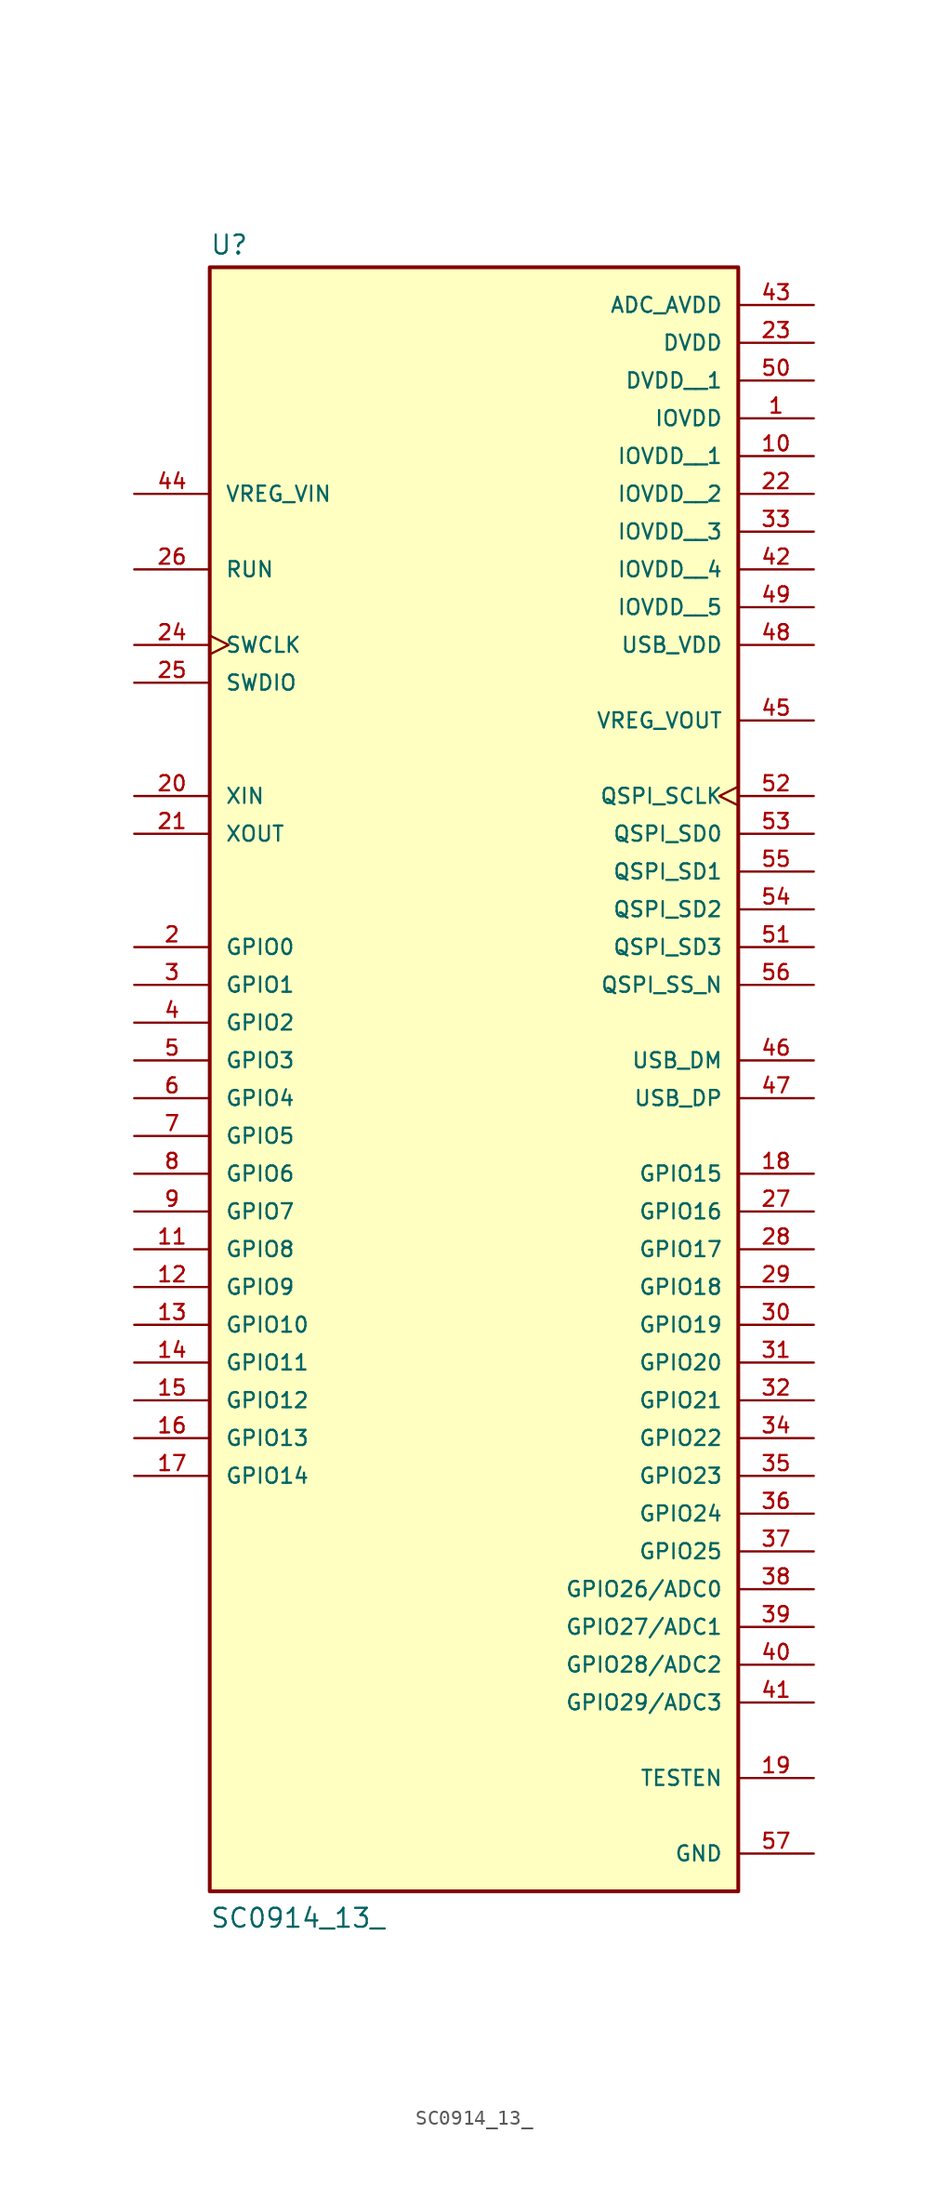
<source format=kicad_sym>
(kicad_symbol_lib
  (version 20231120)
  (generator "kicad_symbol_editor")
  (generator_version "8.0")
  (symbol "SC0914_13_"
    (pin_names
      (offset 1.016))
    (property "Reference" "U"
      (at -17.78 49.022 0)
      (effects (font (size 1.27 1.27)) (justify left bottom)))
    (property "Value" "SC0914_13_"
      (at -17.78 -63.5 0)
      (effects (font (size 1.27 1.27)) (justify left bottom)))
    (symbol "SC0914_13__0_0"
      (rectangle (start -17.78 -60.96) (end 17.78 48.26) (stroke (width 0.254) (type default)) (fill (type background)))
      (pin power_in line (at 22.86 38.1 180) (length 5.08) (name "IOVDD" (effects (font (size 1.016 1.016)))) (number "1" (effects (font (size 1.016 1.016)))))
      (pin power_in line (at 22.86 35.56 180) (length 5.08) (name "IOVDD__1" (effects (font (size 1.016 1.016)))) (number "10" (effects (font (size 1.016 1.016)))))
      (pin bidirectional line (at -22.86 -17.78 0) (length 5.08) (name "GPIO8" (effects (font (size 1.016 1.016)))) (number "11" (effects (font (size 1.016 1.016)))))
      (pin bidirectional line (at -22.86 -20.32 0) (length 5.08) (name "GPIO9" (effects (font (size 1.016 1.016)))) (number "12" (effects (font (size 1.016 1.016)))))
      (pin bidirectional line (at -22.86 -22.86 0) (length 5.08) (name "GPIO10" (effects (font (size 1.016 1.016)))) (number "13" (effects (font (size 1.016 1.016)))))
      (pin bidirectional line (at -22.86 -25.4 0) (length 5.08) (name "GPIO11" (effects (font (size 1.016 1.016)))) (number "14" (effects (font (size 1.016 1.016)))))
      (pin bidirectional line (at -22.86 -27.94 0) (length 5.08) (name "GPIO12" (effects (font (size 1.016 1.016)))) (number "15" (effects (font (size 1.016 1.016)))))
      (pin bidirectional line (at -22.86 -30.48 0) (length 5.08) (name "GPIO13" (effects (font (size 1.016 1.016)))) (number "16" (effects (font (size 1.016 1.016)))))
      (pin bidirectional line (at -22.86 -33.02 0) (length 5.08) (name "GPIO14" (effects (font (size 1.016 1.016)))) (number "17" (effects (font (size 1.016 1.016)))))
      (pin bidirectional line (at 22.86 -12.7 180) (length 5.08) (name "GPIO15" (effects (font (size 1.016 1.016)))) (number "18" (effects (font (size 1.016 1.016)))))
      (pin passive line (at 22.86 -53.34 180) (length 5.08) (name "TESTEN" (effects (font (size 1.016 1.016)))) (number "19" (effects (font (size 1.016 1.016)))))
      (pin bidirectional line (at -22.86 2.54 0) (length 5.08) (name "GPIO0" (effects (font (size 1.016 1.016)))) (number "2" (effects (font (size 1.016 1.016)))))
      (pin input line (at -22.86 12.7 0) (length 5.08) (name "XIN" (effects (font (size 1.016 1.016)))) (number "20" (effects (font (size 1.016 1.016)))))
      (pin output line (at -22.86 10.16 0) (length 5.08) (name "XOUT" (effects (font (size 1.016 1.016)))) (number "21" (effects (font (size 1.016 1.016)))))
      (pin power_in line (at 22.86 33.02 180) (length 5.08) (name "IOVDD__2" (effects (font (size 1.016 1.016)))) (number "22" (effects (font (size 1.016 1.016)))))
      (pin power_in line (at 22.86 43.18 180) (length 5.08) (name "DVDD" (effects (font (size 1.016 1.016)))) (number "23" (effects (font (size 1.016 1.016)))))
      (pin input clock (at -22.86 22.86 0) (length 5.08) (name "SWCLK" (effects (font (size 1.016 1.016)))) (number "24" (effects (font (size 1.016 1.016)))))
      (pin bidirectional line (at -22.86 20.32 0) (length 5.08) (name "SWDIO" (effects (font (size 1.016 1.016)))) (number "25" (effects (font (size 1.016 1.016)))))
      (pin input line (at -22.86 27.94 0) (length 5.08) (name "RUN" (effects (font (size 1.016 1.016)))) (number "26" (effects (font (size 1.016 1.016)))))
      (pin bidirectional line (at 22.86 -15.24 180) (length 5.08) (name "GPIO16" (effects (font (size 1.016 1.016)))) (number "27" (effects (font (size 1.016 1.016)))))
      (pin bidirectional line (at 22.86 -17.78 180) (length 5.08) (name "GPIO17" (effects (font (size 1.016 1.016)))) (number "28" (effects (font (size 1.016 1.016)))))
      (pin bidirectional line (at 22.86 -20.32 180) (length 5.08) (name "GPIO18" (effects (font (size 1.016 1.016)))) (number "29" (effects (font (size 1.016 1.016)))))
      (pin bidirectional line (at -22.86 0 0) (length 5.08) (name "GPIO1" (effects (font (size 1.016 1.016)))) (number "3" (effects (font (size 1.016 1.016)))))
      (pin bidirectional line (at 22.86 -22.86 180) (length 5.08) (name "GPIO19" (effects (font (size 1.016 1.016)))) (number "30" (effects (font (size 1.016 1.016)))))
      (pin bidirectional line (at 22.86 -25.4 180) (length 5.08) (name "GPIO20" (effects (font (size 1.016 1.016)))) (number "31" (effects (font (size 1.016 1.016)))))
      (pin bidirectional line (at 22.86 -27.94 180) (length 5.08) (name "GPIO21" (effects (font (size 1.016 1.016)))) (number "32" (effects (font (size 1.016 1.016)))))
      (pin power_in line (at 22.86 30.48 180) (length 5.08) (name "IOVDD__3" (effects (font (size 1.016 1.016)))) (number "33" (effects (font (size 1.016 1.016)))))
      (pin bidirectional line (at 22.86 -30.48 180) (length 5.08) (name "GPIO22" (effects (font (size 1.016 1.016)))) (number "34" (effects (font (size 1.016 1.016)))))
      (pin bidirectional line (at 22.86 -33.02 180) (length 5.08) (name "GPIO23" (effects (font (size 1.016 1.016)))) (number "35" (effects (font (size 1.016 1.016)))))
      (pin bidirectional line (at 22.86 -35.56 180) (length 5.08) (name "GPIO24" (effects (font (size 1.016 1.016)))) (number "36" (effects (font (size 1.016 1.016)))))
      (pin bidirectional line (at 22.86 -38.1 180) (length 5.08) (name "GPIO25" (effects (font (size 1.016 1.016)))) (number "37" (effects (font (size 1.016 1.016)))))
      (pin bidirectional line (at 22.86 -40.64 180) (length 5.08) (name "GPIO26/ADC0" (effects (font (size 1.016 1.016)))) (number "38" (effects (font (size 1.016 1.016)))))
      (pin bidirectional line (at 22.86 -43.18 180) (length 5.08) (name "GPIO27/ADC1" (effects (font (size 1.016 1.016)))) (number "39" (effects (font (size 1.016 1.016)))))
      (pin bidirectional line (at -22.86 -2.54 0) (length 5.08) (name "GPIO2" (effects (font (size 1.016 1.016)))) (number "4" (effects (font (size 1.016 1.016)))))
      (pin bidirectional line (at 22.86 -45.72 180) (length 5.08) (name "GPIO28/ADC2" (effects (font (size 1.016 1.016)))) (number "40" (effects (font (size 1.016 1.016)))))
      (pin bidirectional line (at 22.86 -48.26 180) (length 5.08) (name "GPIO29/ADC3" (effects (font (size 1.016 1.016)))) (number "41" (effects (font (size 1.016 1.016)))))
      (pin power_in line (at 22.86 27.94 180) (length 5.08) (name "IOVDD__4" (effects (font (size 1.016 1.016)))) (number "42" (effects (font (size 1.016 1.016)))))
      (pin power_in line (at 22.86 45.72 180) (length 5.08) (name "ADC_AVDD" (effects (font (size 1.016 1.016)))) (number "43" (effects (font (size 1.016 1.016)))))
      (pin input line (at -22.86 33.02 0) (length 5.08) (name "VREG_VIN" (effects (font (size 1.016 1.016)))) (number "44" (effects (font (size 1.016 1.016)))))
      (pin output line (at 22.86 17.78 180) (length 5.08) (name "VREG_VOUT" (effects (font (size 1.016 1.016)))) (number "45" (effects (font (size 1.016 1.016)))))
      (pin bidirectional line (at 22.86 -5.08 180) (length 5.08) (name "USB_DM" (effects (font (size 1.016 1.016)))) (number "46" (effects (font (size 1.016 1.016)))))
      (pin bidirectional line (at 22.86 -7.62 180) (length 5.08) (name "USB_DP" (effects (font (size 1.016 1.016)))) (number "47" (effects (font (size 1.016 1.016)))))
      (pin power_in line (at 22.86 22.86 180) (length 5.08) (name "USB_VDD" (effects (font (size 1.016 1.016)))) (number "48" (effects (font (size 1.016 1.016)))))
      (pin power_in line (at 22.86 25.4 180) (length 5.08) (name "IOVDD__5" (effects (font (size 1.016 1.016)))) (number "49" (effects (font (size 1.016 1.016)))))
      (pin bidirectional line (at -22.86 -5.08 0) (length 5.08) (name "GPIO3" (effects (font (size 1.016 1.016)))) (number "5" (effects (font (size 1.016 1.016)))))
      (pin power_in line (at 22.86 40.64 180) (length 5.08) (name "DVDD__1" (effects (font (size 1.016 1.016)))) (number "50" (effects (font (size 1.016 1.016)))))
      (pin bidirectional line (at 22.86 2.54 180) (length 5.08) (name "QSPI_SD3" (effects (font (size 1.016 1.016)))) (number "51" (effects (font (size 1.016 1.016)))))
      (pin bidirectional clock (at 22.86 12.7 180) (length 5.08) (name "QSPI_SCLK" (effects (font (size 1.016 1.016)))) (number "52" (effects (font (size 1.016 1.016)))))
      (pin bidirectional line (at 22.86 10.16 180) (length 5.08) (name "QSPI_SD0" (effects (font (size 1.016 1.016)))) (number "53" (effects (font (size 1.016 1.016)))))
      (pin bidirectional line (at 22.86 5.08 180) (length 5.08) (name "QSPI_SD2" (effects (font (size 1.016 1.016)))) (number "54" (effects (font (size 1.016 1.016)))))
      (pin bidirectional line (at 22.86 7.62 180) (length 5.08) (name "QSPI_SD1" (effects (font (size 1.016 1.016)))) (number "55" (effects (font (size 1.016 1.016)))))
      (pin bidirectional line (at 22.86 0 180) (length 5.08) (name "QSPI_SS_N" (effects (font (size 1.016 1.016)))) (number "56" (effects (font (size 1.016 1.016)))))
      (pin power_in line (at 22.86 -58.42 180) (length 5.08) (name "GND" (effects (font (size 1.016 1.016)))) (number "57" (effects (font (size 1.016 1.016)))))
      (pin bidirectional line (at -22.86 -7.62 0) (length 5.08) (name "GPIO4" (effects (font (size 1.016 1.016)))) (number "6" (effects (font (size 1.016 1.016)))))
      (pin bidirectional line (at -22.86 -10.16 0) (length 5.08) (name "GPIO5" (effects (font (size 1.016 1.016)))) (number "7" (effects (font (size 1.016 1.016)))))
      (pin bidirectional line (at -22.86 -12.7 0) (length 5.08) (name "GPIO6" (effects (font (size 1.016 1.016)))) (number "8" (effects (font (size 1.016 1.016)))))
      (pin bidirectional line (at -22.86 -15.24 0) (length 5.08) (name "GPIO7" (effects (font (size 1.016 1.016)))) (number "9" (effects (font (size 1.016 1.016))))))))
</source>
